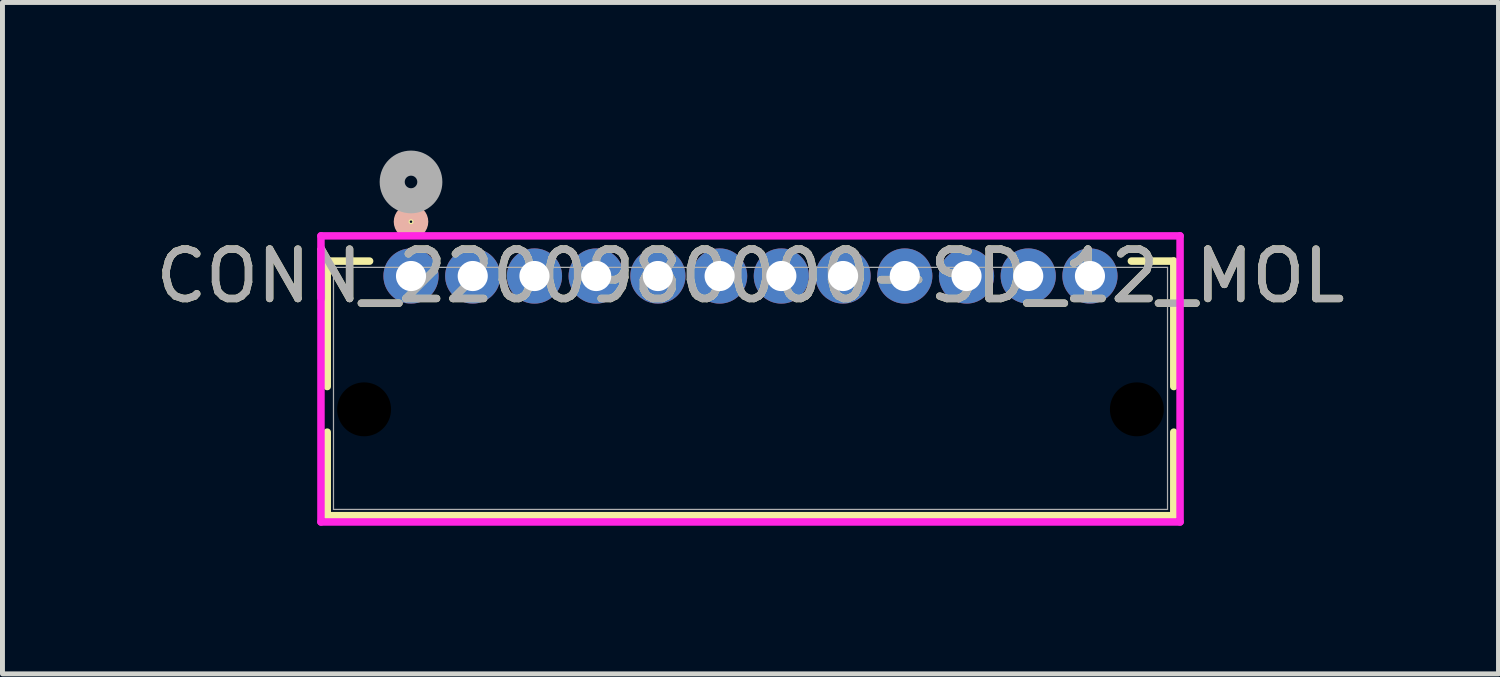
<source format=kicad_pcb>
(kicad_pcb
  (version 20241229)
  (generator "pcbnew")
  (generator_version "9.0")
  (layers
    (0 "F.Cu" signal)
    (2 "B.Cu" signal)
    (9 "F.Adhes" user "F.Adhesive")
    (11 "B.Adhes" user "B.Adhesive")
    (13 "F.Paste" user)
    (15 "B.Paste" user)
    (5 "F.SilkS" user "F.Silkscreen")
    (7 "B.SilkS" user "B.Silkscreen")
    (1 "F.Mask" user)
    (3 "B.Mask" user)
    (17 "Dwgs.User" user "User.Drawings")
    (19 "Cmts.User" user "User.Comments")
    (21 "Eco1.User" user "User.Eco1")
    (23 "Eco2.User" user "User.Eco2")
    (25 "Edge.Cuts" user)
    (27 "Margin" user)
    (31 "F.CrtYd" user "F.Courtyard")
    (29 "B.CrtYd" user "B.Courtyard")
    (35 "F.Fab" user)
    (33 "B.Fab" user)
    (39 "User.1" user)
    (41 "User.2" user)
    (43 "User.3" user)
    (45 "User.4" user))
  (footprint "CONN_2200980000-SD_12_MOL"
    (layer "F.Cu")
    (at 5.274 2.54)
    (property "Reference" "CONN_2200980000-SD_12_MOL" (at 6.875 0 0) (unlocked yes) (layer "F.SilkS") (effects (font (size 1 1) (thickness 0.15))))
    (attr through_hole)
    (fp_line (start -1.697 -0.302) (end -1.697 2.238) (stroke (width 0.152) (type solid)) (layer "F.SilkS"))
    (fp_line (start -1.697 3.162) (end -1.697 4.854) (stroke (width 0.152) (type solid)) (layer "F.SilkS"))
    (fp_line (start -1.697 4.854) (end 15.448 4.854) (stroke (width 0.152) (type solid)) (layer "F.SilkS"))
    (fp_line (start -0.839 -0.302) (end -1.697 -0.302) (stroke (width 0.152) (type solid)) (layer "F.SilkS"))
    (fp_line (start 15.448 -0.302) (end 14.589 -0.302) (stroke (width 0.152) (type solid)) (layer "F.SilkS"))
    (fp_line (start 15.448 2.238) (end 15.448 -0.302) (stroke (width 0.152) (type solid)) (layer "F.SilkS"))
    (fp_line (start 15.448 4.854) (end 15.448 3.162) (stroke (width 0.152) (type solid)) (layer "F.SilkS"))
    (fp_circle (center 0 -1.1) (end 0.15 -1.1) (stroke (width 0.25) (type solid)) (fill no) (layer "F.SilkS"))
    (fp_circle (center 0 -1.1) (end 0.2 -1.1) (stroke (width 0.3) (type solid)) (fill no) (layer "B.SilkS"))
    (fp_line (start -1.824 -0.813) (end -1.824 4.981) (stroke (width 0.152) (type solid)) (layer "F.CrtYd"))
    (fp_line (start -1.824 4.981) (end 15.575 4.981) (stroke (width 0.152) (type solid)) (layer "F.CrtYd"))
    (fp_line (start 15.575 -0.813) (end -1.824 -0.813) (stroke (width 0.152) (type solid)) (layer "F.CrtYd"))
    (fp_line (start 15.575 4.981) (end 15.575 -0.813) (stroke (width 0.152) (type solid)) (layer "F.CrtYd"))
    (fp_line (start -1.57 -0.175) (end -1.57 4.727) (stroke (width 0.025) (type solid)) (layer "F.Fab"))
    (fp_line (start -1.57 4.727) (end 15.321 4.727) (stroke (width 0.025) (type solid)) (layer "F.Fab"))
    (fp_line (start 15.321 -0.175) (end -1.57 -0.175) (stroke (width 0.025) (type solid)) (layer "F.Fab"))
    (fp_line (start 15.321 4.727) (end 15.321 -0.175) (stroke (width 0.025) (type solid)) (layer "F.Fab"))
    (fp_circle (center 0 -1.905) (end 0.381 -1.905) (stroke (width 0.508) (type solid)) (fill no) (layer "F.Fab"))
    (fp_text user "${REFERENCE}" (at 6.875 0 0) (unlocked yes) (layer "F.Fab") (effects (font (size 1 1) (thickness 0.15))))
    (pad "" np_thru_hole circle (at -0.95 2.7) (size 1.092 1.092) (drill 1.092) (layers))
    (pad "" np_thru_hole circle (at 14.7 2.7) (size 1.092 1.092) (drill 1.092) (layers))
    (pad "1" thru_hole circle (at 0 0) (size 1.118 1.118) (drill 0.61) (layers "*.Cu" "*.Mask"))
    (pad "2" thru_hole circle (at 1.25 0) (size 1.118 1.118) (drill 0.61) (layers "*.Cu" "*.Mask"))
    (pad "3" thru_hole circle (at 2.5 0) (size 1.118 1.118) (drill 0.61) (layers "*.Cu" "*.Mask"))
    (pad "4" thru_hole circle (at 3.75 0) (size 1.118 1.118) (drill 0.61) (layers "*.Cu" "*.Mask"))
    (pad "5" thru_hole circle (at 5 0) (size 1.118 1.118) (drill 0.61) (layers "*.Cu" "*.Mask"))
    (pad "6" thru_hole circle (at 6.25 0) (size 1.118 1.118) (drill 0.61) (layers "*.Cu" "*.Mask"))
    (pad "7" thru_hole circle (at 7.5 0) (size 1.118 1.118) (drill 0.61) (layers "*.Cu" "*.Mask"))
    (pad "8" thru_hole circle (at 8.75 0) (size 1.118 1.118) (drill 0.61) (layers "*.Cu" "*.Mask"))
    (pad "9" thru_hole circle (at 10 0) (size 1.118 1.118) (drill 0.61) (layers "*.Cu" "*.Mask"))
    (pad "10" thru_hole circle (at 11.25 0) (size 1.118 1.118) (drill 0.61) (layers "*.Cu" "*.Mask"))
    (pad "11" thru_hole circle (at 12.5 0) (size 1.118 1.118) (drill 0.61) (layers "*.Cu" "*.Mask"))
    (pad "12" thru_hole circle (at 13.75 0) (size 1.118 1.118) (drill 0.61) (layers "*.Cu" "*.Mask")))
  (gr_rect
    (start -3 -3)
    (end 27.298 10.597)
    (stroke (width 0.1) (type default))
    (fill no)
    (layer "Edge.Cuts")))
</source>
